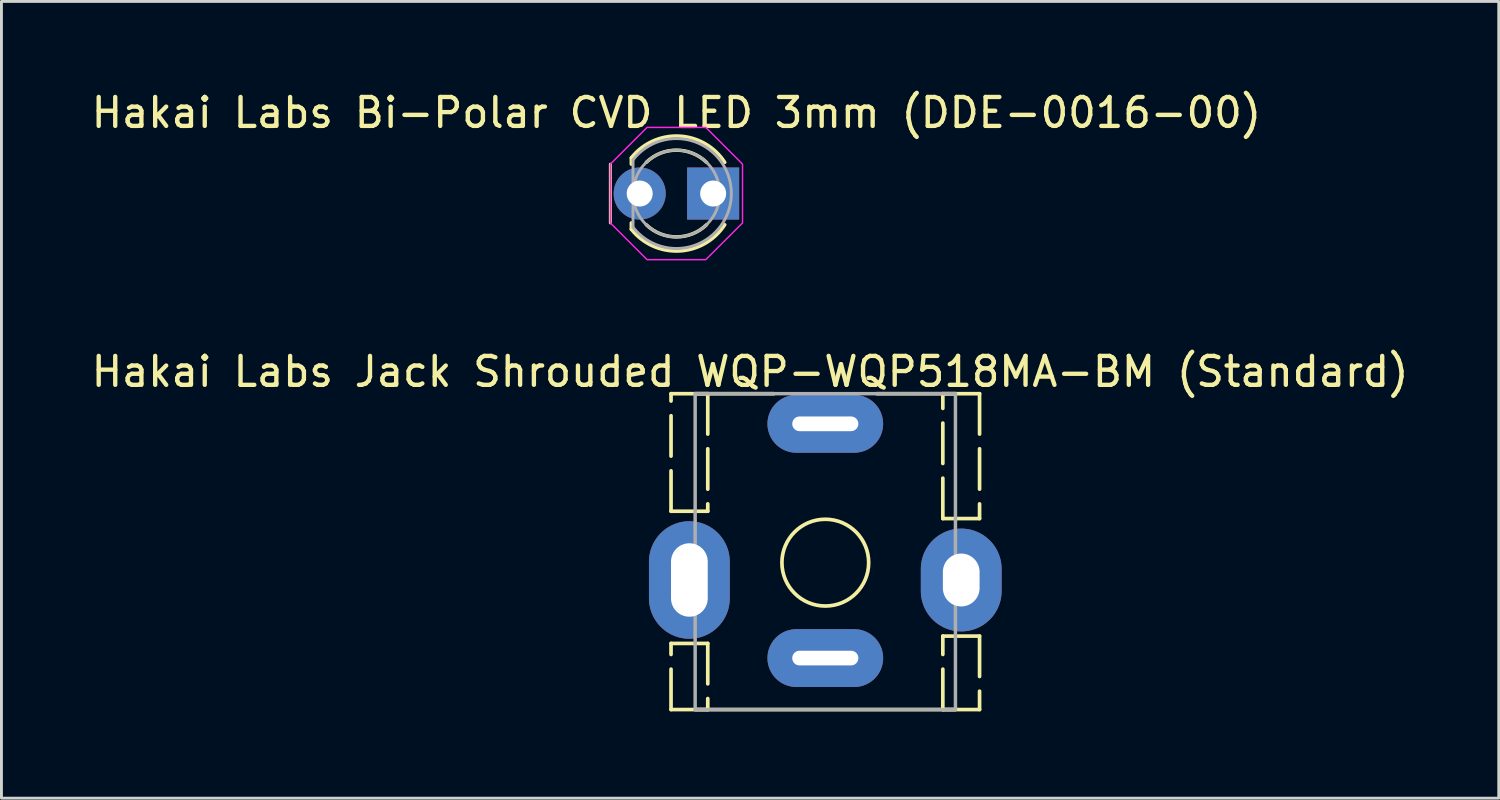
<source format=kicad_pcb>
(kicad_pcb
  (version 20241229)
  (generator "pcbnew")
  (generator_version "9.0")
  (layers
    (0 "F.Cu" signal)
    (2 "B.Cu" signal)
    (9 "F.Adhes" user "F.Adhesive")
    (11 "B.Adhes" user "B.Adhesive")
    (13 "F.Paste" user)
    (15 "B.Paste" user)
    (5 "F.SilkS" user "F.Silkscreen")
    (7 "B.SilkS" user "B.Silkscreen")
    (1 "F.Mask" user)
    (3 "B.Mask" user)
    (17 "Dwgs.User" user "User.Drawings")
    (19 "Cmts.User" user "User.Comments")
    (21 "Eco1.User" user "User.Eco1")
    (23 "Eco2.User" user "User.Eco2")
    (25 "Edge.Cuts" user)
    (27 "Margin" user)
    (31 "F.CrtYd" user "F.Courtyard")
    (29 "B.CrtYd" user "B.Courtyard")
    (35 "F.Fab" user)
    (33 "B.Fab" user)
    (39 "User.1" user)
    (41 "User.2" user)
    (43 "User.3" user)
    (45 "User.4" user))
  (footprint "Hakai Labs Jack Shrouded WQP-WQP518MA-BM (Standard)"
    (layer "F.Cu")
    (at 25.487 16.405)
    (property "Reference" "Hakai Labs Jack Shrouded WQP-WQP518MA-BM (Standard)" (at -2.6 -6.604 0) (layer "F.SilkS") (effects (font (size 1 1) (thickness 0.15))))
    (attr through_hole)
    (fp_line (start -4.5 -5.842) (end -1.778 -5.842) (stroke (width 0.127) (type solid)) (layer "F.SilkS"))
    (fp_line (start -4.5 5.08) (end 4.5 5.08) (stroke (width 0.127) (type solid)) (layer "F.SilkS"))
    (fp_line (start 4.5 -5.842) (end 1.778 -5.842) (stroke (width 0.127) (type solid)) (layer "F.SilkS"))
    (fp_rect (start -5.334 -5.842) (end -4.064 -1.778) (stroke (width 0.127) (type dash)) (fill no) (layer "F.SilkS"))
    (fp_rect (start -5.334 2.794) (end -4.064 5.08) (stroke (width 0.127) (type dash)) (fill no) (layer "F.SilkS"))
    (fp_rect (start 4.064 -5.842) (end 5.334 -1.524) (stroke (width 0.127) (type dash)) (fill no) (layer "F.SilkS"))
    (fp_rect (start 4.064 2.54) (end 5.334 5.08) (stroke (width 0.127) (type dash)) (fill no) (layer "F.SilkS"))
    (fp_circle (center 0 0) (end 1.5 0) (stroke (width 0.127) (type solid)) (fill no) (layer "F.SilkS"))
    (fp_poly (pts (xy -5.334 -5.842) (xy -5.334 -1.524) (xy -6.096 -0.762) (xy -6.096 1.778) (xy -5.334 2.54) (xy -5.334 5.08) (xy 4.826 5.08) (xy 4.826 3.048) (xy 6.096 1.778) (xy 6.096 -0.508) (xy 4.826 -1.778) (xy 4.826 -5.842)) (stroke (width 0.1) (type solid)) (fill no) (layer "Margin"))
    (fp_line (start -4.5 -5.842) (end 4.5 -5.842) (stroke (width 0.12) (type solid)) (layer "F.Fab"))
    (fp_line (start -4.5 5.08) (end -4.5 -5.842) (stroke (width 0.12) (type solid)) (layer "F.Fab"))
    (fp_line (start 4.5 -5.842) (end 4.5 5.08) (stroke (width 0.12) (type solid)) (layer "F.Fab"))
    (fp_line (start 4.5 5.08) (end -4.5 5.08) (stroke (width 0.12) (type solid)) (layer "F.Fab"))
    (pad "1" thru_hole oval (at -4.7 0.6 90) (size 4.064 2.794) (drill oval 2.54 1.27) (layers "*.Cu" "*.Mask"))
    (pad "1" thru_hole oval (at 4.7 0.6 90) (size 3.556 2.794) (drill oval 1.829 1.27) (layers "*.Cu" "*.Mask"))
    (pad "2" thru_hole oval (at 0 3.3) (size 4 2) (drill oval 2.286 0.508) (layers "*.Cu" "*.Mask"))
    (pad "3" thru_hole oval (at 0 -4.8) (size 4 2) (drill oval 2.286 0.508) (layers "*.Cu" "*.Mask"))
    (zone (net_name "") (layer "F.Cu") (name "Top Keepout 2") (hatch edge 0.5) (connect_pads) (min_thickness 0.25) (filled_areas_thickness no) (keepout (tracks not_allowed) (vias not_allowed) (pads not_allowed) (copperpour allowed) (footprints allowed)) (placement (enabled no)) (fill) (polygon (pts (xy 20.153 10.563) (xy 21.423 10.563) (xy 21.423 14.882) (xy 20.153 14.882))))
    (zone (net_name "") (layer "F.Cu") (name "Top Keepout 2") (hatch edge 0.5) (connect_pads) (min_thickness 0.25) (filled_areas_thickness no) (keepout (tracks not_allowed) (vias not_allowed) (pads not_allowed) (copperpour allowed) (footprints allowed)) (placement (enabled no)) (fill) (polygon (pts (xy 20.153 19.2) (xy 21.423 19.2) (xy 21.423 21.485) (xy 20.153 21.485))))
    (zone (net_name "") (layer "F.Cu") (name "Top Keepout 2") (hatch edge 0.5) (connect_pads) (min_thickness 0.25) (filled_areas_thickness no) (keepout (tracks not_allowed) (vias not_allowed) (pads not_allowed) (copperpour allowed) (footprints allowed)) (placement (enabled no)) (fill) (polygon (pts (xy 29.551 10.563) (xy 30.821 10.563) (xy 30.821 15.136) (xy 29.551 15.136))))
    (zone (net_name "") (layer "F.Cu") (name "Top Keepout 2") (hatch edge 0.5) (connect_pads) (min_thickness 0.25) (filled_areas_thickness no) (keepout (tracks not_allowed) (vias not_allowed) (pads not_allowed) (copperpour allowed) (footprints allowed)) (placement (enabled no)) (fill) (polygon (pts (xy 29.551 18.945) (xy 30.821 18.945) (xy 30.821 21.485) (xy 29.551 21.485))))
    (zone (net_name "") (layer "F.Cu") (name "Top Copper Keepout") (hatch edge 0.5) (connect_pads) (min_thickness 0.25) (filled_areas_thickness no) (keepout (tracks not_allowed) (vias not_allowed) (pads not_allowed) (copperpour not_allowed) (footprints allowed)) (placement (enabled no)) (fill) (polygon (pts (xy 24.979 14.882) (xy 23.963 15.898) (xy 23.963 16.913) (xy 24.979 17.93) (xy 25.995 17.93) (xy 27.011 16.913) (xy 27.011 15.898) (xy 25.995 14.882)))))
  (footprint "Hakai Labs Bi-Polar CVD LED 3mm (DDE-0016-00)"
    (layer "F.Cu")
    (at 21.609 3.642)
    (property "Reference" "Hakai Labs Bi-Polar CVD LED 3mm (DDE-0016-00)" (at -1.27 -2.794 0) (layer "F.SilkS") (effects (font (size 1 1) (thickness 0.15))))
    (attr through_hole)
    (fp_line (start -3.556 -1.016) (end -3.556 1.016) (stroke (width 0.1) (type default)) (layer "F.SilkS"))
    (fp_line (start -2.83 -1.236) (end -2.83 -1.016) (stroke (width 0.12) (type solid)) (layer "F.SilkS"))
    (fp_line (start -2.83 1.016) (end -2.83 1.236) (stroke (width 0.12) (type solid)) (layer "F.SilkS"))
    (fp_arc (start -2.83 -1.235516) (mid -1.173513 -1.987659) (end 0.402335 -1.078608) (stroke (width 0.12) (type solid)) (layer "F.SilkS"))
    (fp_arc (start -2.310961 -1.08) (mid -1.269883 -1.5) (end -0.22887 -1.079837) (stroke (width 0.12) (type solid)) (layer "F.SilkS"))
    (fp_arc (start -0.22887 1.079837) (mid -1.269883 1.5) (end -2.310961 1.08) (stroke (width 0.12) (type solid)) (layer "F.SilkS"))
    (fp_arc (start 0.402335 1.078608) (mid -1.173513 1.987659) (end -2.83 1.235516) (stroke (width 0.12) (type solid)) (layer "F.SilkS"))
    (fp_poly (pts (xy -2.286 -2.286) (xy -3.556 -1.016) (xy -3.556 1.016) (xy -2.286 2.286) (xy -0.254 2.286) (xy 1.016 1.016) (xy 1.016 -1.016) (xy -0.254 -2.286)) (stroke (width 0.05) (type solid)) (fill no) (layer "F.CrtYd"))
    (fp_line (start -2.77 -1.166) (end -2.77 1.166) (stroke (width 0.1) (type solid)) (layer "F.Fab"))
    (fp_arc (start -2.77 -1.16619) (mid 0.63 0.000452) (end -2.770555 1.165476) (stroke (width 0.1) (type solid)) (layer "F.Fab"))
    (fp_circle (center -1.27 0) (end 0.23 0) (stroke (width 0.1) (type solid)) (fill no) (layer "F.Fab"))
    (pad "1" thru_hole rect (at 0 0) (size 1.8 1.8) (drill 0.9) (layers "*.Cu" "*.Mask"))
    (pad "2" thru_hole circle (at -2.54 0) (size 1.8 1.8) (drill 0.9) (layers "*.Cu" "*.Mask")))
  (gr_rect
    (start -3 -3)
    (end 48.774 24.549)
    (stroke (width 0.1) (type default))
    (fill no)
    (layer "Edge.Cuts")))
</source>
